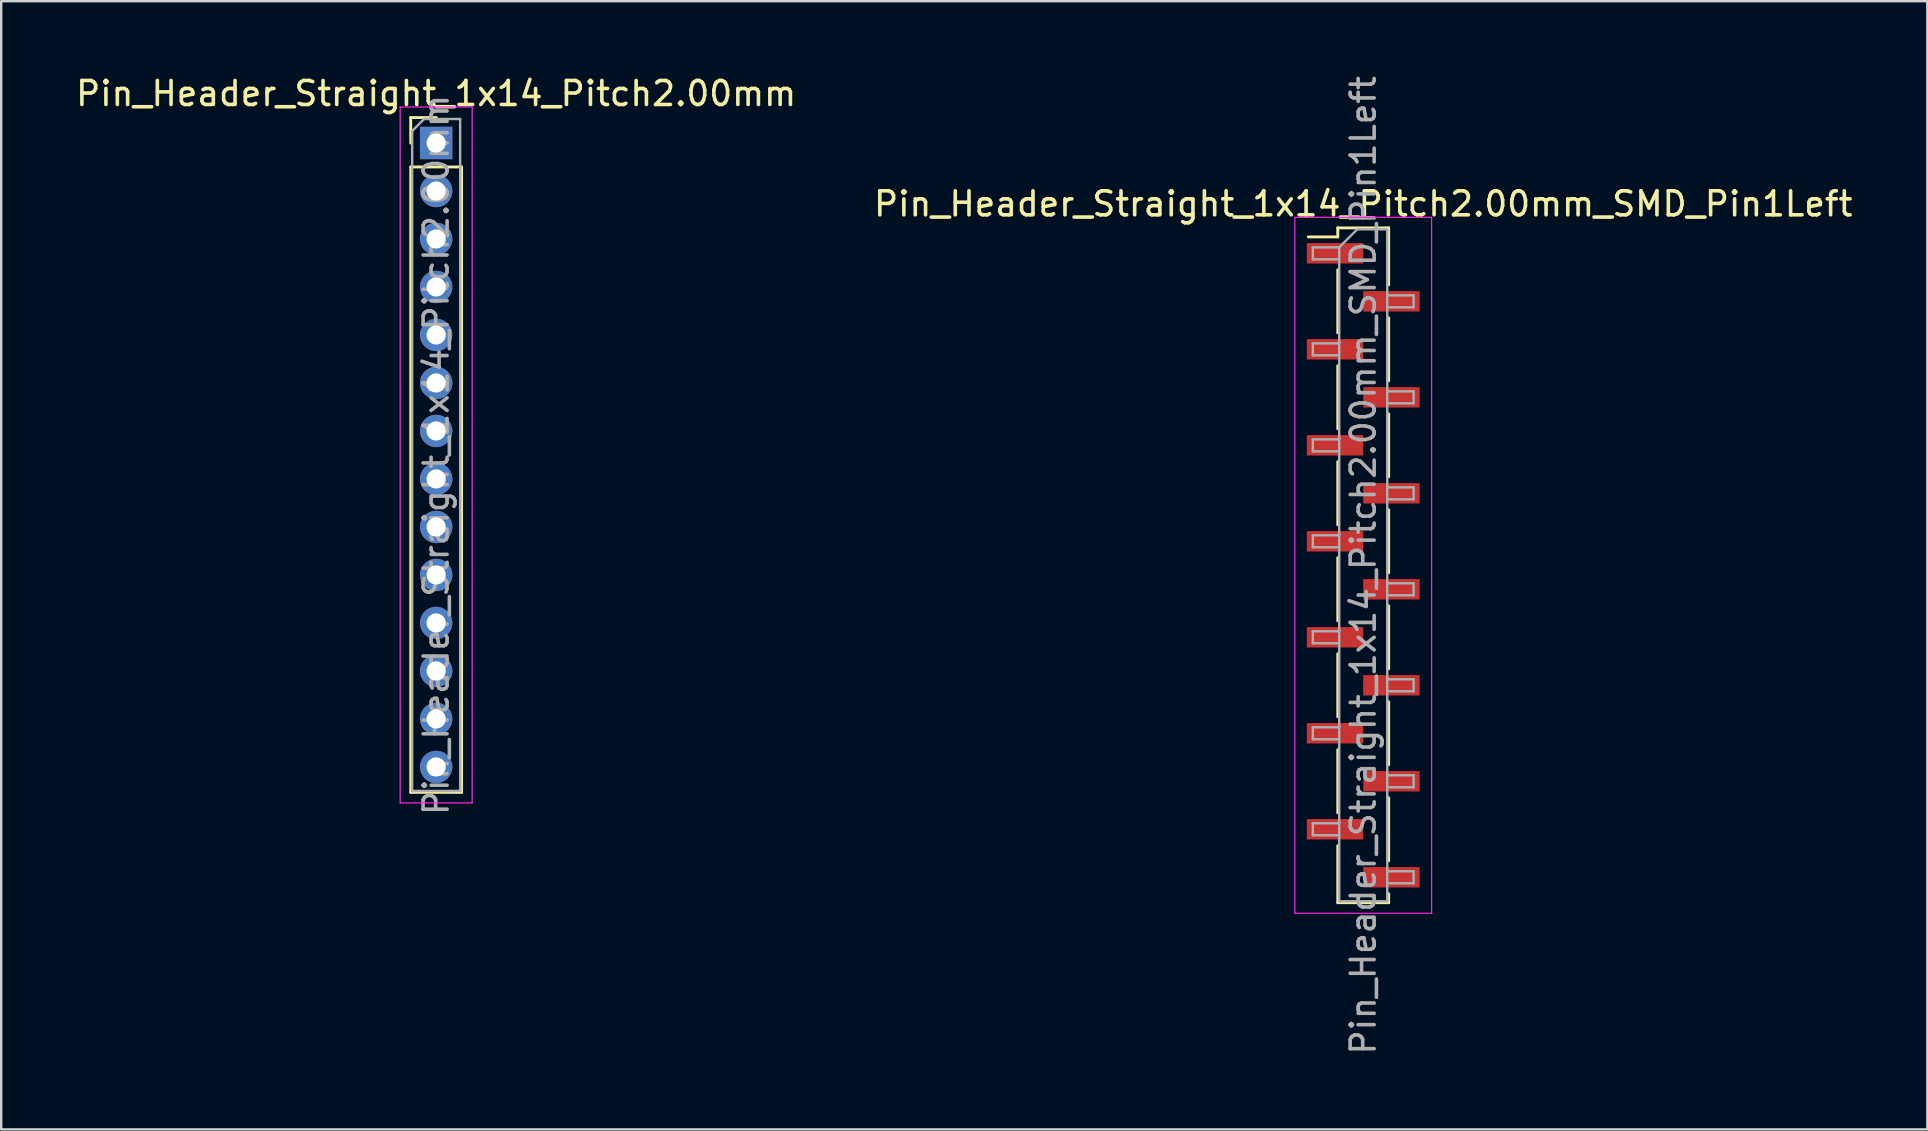
<source format=kicad_pcb>
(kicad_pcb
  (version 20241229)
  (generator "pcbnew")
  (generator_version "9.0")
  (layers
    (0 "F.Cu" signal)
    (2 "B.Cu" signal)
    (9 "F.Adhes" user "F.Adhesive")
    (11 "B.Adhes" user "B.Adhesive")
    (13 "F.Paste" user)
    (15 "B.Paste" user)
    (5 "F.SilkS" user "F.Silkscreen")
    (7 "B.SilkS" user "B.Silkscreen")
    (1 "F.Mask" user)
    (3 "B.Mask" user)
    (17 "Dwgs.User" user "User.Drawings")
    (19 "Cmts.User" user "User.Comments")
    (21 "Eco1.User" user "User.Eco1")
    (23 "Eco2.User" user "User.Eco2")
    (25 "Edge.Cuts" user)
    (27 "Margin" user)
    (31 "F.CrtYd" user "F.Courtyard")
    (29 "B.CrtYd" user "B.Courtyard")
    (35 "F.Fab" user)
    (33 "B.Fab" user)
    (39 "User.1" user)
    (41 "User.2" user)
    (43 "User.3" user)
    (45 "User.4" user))
  (footprint "Pin_Header_Straight_1x14_Pitch2.00mm_SMD_Pin1Left"
    (layer "F.Cu")
    (at 53.756 20.506)
    (property "Reference" "Pin_Header_Straight_1x14_Pitch2.00mm_SMD_Pin1Left" (at 0 -15.06 0) (layer "F.SilkS") (effects (font (size 1 1) (thickness 0.15))))
    (attr smd)
    (fp_line (start -1.06 -14.06) (end -1.06 -13.685) (stroke (width 0.12) (type solid)) (layer "F.SilkS"))
    (fp_line (start -1.06 -14.06) (end 1.06 -14.06) (stroke (width 0.12) (type solid)) (layer "F.SilkS"))
    (fp_line (start -1.06 -13.685) (end -2.29 -13.685) (stroke (width 0.12) (type solid)) (layer "F.SilkS"))
    (fp_line (start -1.06 -12.315) (end -1.06 -9.685) (stroke (width 0.12) (type solid)) (layer "F.SilkS"))
    (fp_line (start -1.06 -8.315) (end -1.06 -5.685) (stroke (width 0.12) (type solid)) (layer "F.SilkS"))
    (fp_line (start -1.06 -4.315) (end -1.06 -1.685) (stroke (width 0.12) (type solid)) (layer "F.SilkS"))
    (fp_line (start -1.06 -0.315) (end -1.06 2.315) (stroke (width 0.12) (type solid)) (layer "F.SilkS"))
    (fp_line (start -1.06 3.685) (end -1.06 6.315) (stroke (width 0.12) (type solid)) (layer "F.SilkS"))
    (fp_line (start -1.06 7.685) (end -1.06 10.315) (stroke (width 0.12) (type solid)) (layer "F.SilkS"))
    (fp_line (start -1.06 11.685) (end -1.06 14.06) (stroke (width 0.12) (type solid)) (layer "F.SilkS"))
    (fp_line (start -1.06 14.06) (end 1.06 14.06) (stroke (width 0.12) (type solid)) (layer "F.SilkS"))
    (fp_line (start 1.06 -14.06) (end 1.06 -11.685) (stroke (width 0.12) (type solid)) (layer "F.SilkS"))
    (fp_line (start 1.06 -10.315) (end 1.06 -7.685) (stroke (width 0.12) (type solid)) (layer "F.SilkS"))
    (fp_line (start 1.06 -6.315) (end 1.06 -3.685) (stroke (width 0.12) (type solid)) (layer "F.SilkS"))
    (fp_line (start 1.06 -2.315) (end 1.06 0.315) (stroke (width 0.12) (type solid)) (layer "F.SilkS"))
    (fp_line (start 1.06 1.685) (end 1.06 4.315) (stroke (width 0.12) (type solid)) (layer "F.SilkS"))
    (fp_line (start 1.06 5.685) (end 1.06 8.315) (stroke (width 0.12) (type solid)) (layer "F.SilkS"))
    (fp_line (start 1.06 9.685) (end 1.06 12.315) (stroke (width 0.12) (type solid)) (layer "F.SilkS"))
    (fp_line (start 1.06 13.685) (end 1.06 14.06) (stroke (width 0.12) (type solid)) (layer "F.SilkS"))
    (fp_line (start -2.85 -14.5) (end -2.85 14.5) (stroke (width 0.05) (type solid)) (layer "F.CrtYd"))
    (fp_line (start -2.85 14.5) (end 2.85 14.5) (stroke (width 0.05) (type solid)) (layer "F.CrtYd"))
    (fp_line (start 2.85 -14.5) (end -2.85 -14.5) (stroke (width 0.05) (type solid)) (layer "F.CrtYd"))
    (fp_line (start 2.85 14.5) (end 2.85 -14.5) (stroke (width 0.05) (type solid)) (layer "F.CrtYd"))
    (fp_line (start -2.1 -13.25) (end -2.1 -12.75) (stroke (width 0.1) (type solid)) (layer "F.Fab"))
    (fp_line (start -2.1 -12.75) (end -1 -12.75) (stroke (width 0.1) (type solid)) (layer "F.Fab"))
    (fp_line (start -2.1 -9.25) (end -2.1 -8.75) (stroke (width 0.1) (type solid)) (layer "F.Fab"))
    (fp_line (start -2.1 -8.75) (end -1 -8.75) (stroke (width 0.1) (type solid)) (layer "F.Fab"))
    (fp_line (start -2.1 -5.25) (end -2.1 -4.75) (stroke (width 0.1) (type solid)) (layer "F.Fab"))
    (fp_line (start -2.1 -4.75) (end -1 -4.75) (stroke (width 0.1) (type solid)) (layer "F.Fab"))
    (fp_line (start -2.1 -1.25) (end -2.1 -0.75) (stroke (width 0.1) (type solid)) (layer "F.Fab"))
    (fp_line (start -2.1 -0.75) (end -1 -0.75) (stroke (width 0.1) (type solid)) (layer "F.Fab"))
    (fp_line (start -2.1 2.75) (end -2.1 3.25) (stroke (width 0.1) (type solid)) (layer "F.Fab"))
    (fp_line (start -2.1 3.25) (end -1 3.25) (stroke (width 0.1) (type solid)) (layer "F.Fab"))
    (fp_line (start -2.1 6.75) (end -2.1 7.25) (stroke (width 0.1) (type solid)) (layer "F.Fab"))
    (fp_line (start -2.1 7.25) (end -1 7.25) (stroke (width 0.1) (type solid)) (layer "F.Fab"))
    (fp_line (start -2.1 10.75) (end -2.1 11.25) (stroke (width 0.1) (type solid)) (layer "F.Fab"))
    (fp_line (start -2.1 11.25) (end -1 11.25) (stroke (width 0.1) (type solid)) (layer "F.Fab"))
    (fp_line (start -1 -13.25) (end -2.1 -13.25) (stroke (width 0.1) (type solid)) (layer "F.Fab"))
    (fp_line (start -1 -13.25) (end -0.25 -14) (stroke (width 0.1) (type solid)) (layer "F.Fab"))
    (fp_line (start -1 -9.25) (end -2.1 -9.25) (stroke (width 0.1) (type solid)) (layer "F.Fab"))
    (fp_line (start -1 -5.25) (end -2.1 -5.25) (stroke (width 0.1) (type solid)) (layer "F.Fab"))
    (fp_line (start -1 -1.25) (end -2.1 -1.25) (stroke (width 0.1) (type solid)) (layer "F.Fab"))
    (fp_line (start -1 2.75) (end -2.1 2.75) (stroke (width 0.1) (type solid)) (layer "F.Fab"))
    (fp_line (start -1 6.75) (end -2.1 6.75) (stroke (width 0.1) (type solid)) (layer "F.Fab"))
    (fp_line (start -1 10.75) (end -2.1 10.75) (stroke (width 0.1) (type solid)) (layer "F.Fab"))
    (fp_line (start -1 14) (end -1 -13.25) (stroke (width 0.1) (type solid)) (layer "F.Fab"))
    (fp_line (start -0.25 -14) (end 1 -14) (stroke (width 0.1) (type solid)) (layer "F.Fab"))
    (fp_line (start 1 -14) (end 1 14) (stroke (width 0.1) (type solid)) (layer "F.Fab"))
    (fp_line (start 1 -11.25) (end 2.1 -11.25) (stroke (width 0.1) (type solid)) (layer "F.Fab"))
    (fp_line (start 1 -7.25) (end 2.1 -7.25) (stroke (width 0.1) (type solid)) (layer "F.Fab"))
    (fp_line (start 1 -3.25) (end 2.1 -3.25) (stroke (width 0.1) (type solid)) (layer "F.Fab"))
    (fp_line (start 1 0.75) (end 2.1 0.75) (stroke (width 0.1) (type solid)) (layer "F.Fab"))
    (fp_line (start 1 4.75) (end 2.1 4.75) (stroke (width 0.1) (type solid)) (layer "F.Fab"))
    (fp_line (start 1 8.75) (end 2.1 8.75) (stroke (width 0.1) (type solid)) (layer "F.Fab"))
    (fp_line (start 1 12.75) (end 2.1 12.75) (stroke (width 0.1) (type solid)) (layer "F.Fab"))
    (fp_line (start 1 14) (end -1 14) (stroke (width 0.1) (type solid)) (layer "F.Fab"))
    (fp_line (start 2.1 -11.25) (end 2.1 -10.75) (stroke (width 0.1) (type solid)) (layer "F.Fab"))
    (fp_line (start 2.1 -10.75) (end 1 -10.75) (stroke (width 0.1) (type solid)) (layer "F.Fab"))
    (fp_line (start 2.1 -7.25) (end 2.1 -6.75) (stroke (width 0.1) (type solid)) (layer "F.Fab"))
    (fp_line (start 2.1 -6.75) (end 1 -6.75) (stroke (width 0.1) (type solid)) (layer "F.Fab"))
    (fp_line (start 2.1 -3.25) (end 2.1 -2.75) (stroke (width 0.1) (type solid)) (layer "F.Fab"))
    (fp_line (start 2.1 -2.75) (end 1 -2.75) (stroke (width 0.1) (type solid)) (layer "F.Fab"))
    (fp_line (start 2.1 0.75) (end 2.1 1.25) (stroke (width 0.1) (type solid)) (layer "F.Fab"))
    (fp_line (start 2.1 1.25) (end 1 1.25) (stroke (width 0.1) (type solid)) (layer "F.Fab"))
    (fp_line (start 2.1 4.75) (end 2.1 5.25) (stroke (width 0.1) (type solid)) (layer "F.Fab"))
    (fp_line (start 2.1 5.25) (end 1 5.25) (stroke (width 0.1) (type solid)) (layer "F.Fab"))
    (fp_line (start 2.1 8.75) (end 2.1 9.25) (stroke (width 0.1) (type solid)) (layer "F.Fab"))
    (fp_line (start 2.1 9.25) (end 1 9.25) (stroke (width 0.1) (type solid)) (layer "F.Fab"))
    (fp_line (start 2.1 12.75) (end 2.1 13.25) (stroke (width 0.1) (type solid)) (layer "F.Fab"))
    (fp_line (start 2.1 13.25) (end 1 13.25) (stroke (width 0.1) (type solid)) (layer "F.Fab"))
    (fp_text user "${REFERENCE}" (at 0 0 90) (layer "F.Fab") (effects (font (size 1 1) (thickness 0.15))))
    (pad "1" smd rect (at -1.175 -13) (size 2.35 0.85) (layers "F.Cu" "F.Mask" "F.Paste"))
    (pad "2" smd rect (at 1.175 -11) (size 2.35 0.85) (layers "F.Cu" "F.Mask" "F.Paste"))
    (pad "3" smd rect (at -1.175 -9) (size 2.35 0.85) (layers "F.Cu" "F.Mask" "F.Paste"))
    (pad "4" smd rect (at 1.175 -7) (size 2.35 0.85) (layers "F.Cu" "F.Mask" "F.Paste"))
    (pad "5" smd rect (at -1.175 -5) (size 2.35 0.85) (layers "F.Cu" "F.Mask" "F.Paste"))
    (pad "6" smd rect (at 1.175 -3) (size 2.35 0.85) (layers "F.Cu" "F.Mask" "F.Paste"))
    (pad "7" smd rect (at -1.175 -1) (size 2.35 0.85) (layers "F.Cu" "F.Mask" "F.Paste"))
    (pad "8" smd rect (at 1.175 1) (size 2.35 0.85) (layers "F.Cu" "F.Mask" "F.Paste"))
    (pad "9" smd rect (at -1.175 3) (size 2.35 0.85) (layers "F.Cu" "F.Mask" "F.Paste"))
    (pad "10" smd rect (at 1.175 5) (size 2.35 0.85) (layers "F.Cu" "F.Mask" "F.Paste"))
    (pad "11" smd rect (at -1.175 7) (size 2.35 0.85) (layers "F.Cu" "F.Mask" "F.Paste"))
    (pad "12" smd rect (at 1.175 9) (size 2.35 0.85) (layers "F.Cu" "F.Mask" "F.Paste"))
    (pad "13" smd rect (at -1.175 11) (size 2.35 0.85) (layers "F.Cu" "F.Mask" "F.Paste"))
    (pad "14" smd rect (at 1.175 13) (size 2.35 0.85) (layers "F.Cu" "F.Mask" "F.Paste")))
  (footprint "Pin_Header_Straight_1x14_Pitch2.00mm"
    (layer "F.Cu")
    (at 15.125 2.908)
    (property "Reference" "Pin_Header_Straight_1x14_Pitch2.00mm" (at 0 -2.06 0) (layer "F.SilkS") (effects (font (size 1 1) (thickness 0.15))))
    (attr through_hole)
    (fp_line (start -1.06 -1.06) (end 0 -1.06) (stroke (width 0.12) (type solid)) (layer "F.SilkS"))
    (fp_line (start -1.06 0) (end -1.06 -1.06) (stroke (width 0.12) (type solid)) (layer "F.SilkS"))
    (fp_line (start -1.06 1) (end -1.06 27.06) (stroke (width 0.12) (type solid)) (layer "F.SilkS"))
    (fp_line (start -1.06 1) (end 1.06 1) (stroke (width 0.12) (type solid)) (layer "F.SilkS"))
    (fp_line (start -1.06 27.06) (end 1.06 27.06) (stroke (width 0.12) (type solid)) (layer "F.SilkS"))
    (fp_line (start 1.06 1) (end 1.06 27.06) (stroke (width 0.12) (type solid)) (layer "F.SilkS"))
    (fp_line (start -1.5 -1.5) (end -1.5 27.5) (stroke (width 0.05) (type solid)) (layer "F.CrtYd"))
    (fp_line (start -1.5 27.5) (end 1.5 27.5) (stroke (width 0.05) (type solid)) (layer "F.CrtYd"))
    (fp_line (start 1.5 -1.5) (end -1.5 -1.5) (stroke (width 0.05) (type solid)) (layer "F.CrtYd"))
    (fp_line (start 1.5 27.5) (end 1.5 -1.5) (stroke (width 0.05) (type solid)) (layer "F.CrtYd"))
    (fp_line (start -1 -0.5) (end -0.5 -1) (stroke (width 0.1) (type solid)) (layer "F.Fab"))
    (fp_line (start -1 27) (end -1 -0.5) (stroke (width 0.1) (type solid)) (layer "F.Fab"))
    (fp_line (start -0.5 -1) (end 1 -1) (stroke (width 0.1) (type solid)) (layer "F.Fab"))
    (fp_line (start 1 -1) (end 1 27) (stroke (width 0.1) (type solid)) (layer "F.Fab"))
    (fp_line (start 1 27) (end -1 27) (stroke (width 0.1) (type solid)) (layer "F.Fab"))
    (fp_text user "${REFERENCE}" (at 0 13 90) (layer "F.Fab") (effects (font (size 1 1) (thickness 0.15))))
    (pad "1" thru_hole rect (at 0 0) (size 1.35 1.35) (drill 0.8) (layers "*.Cu" "*.Mask"))
    (pad "2" thru_hole oval (at 0 2) (size 1.35 1.35) (drill 0.8) (layers "*.Cu" "*.Mask"))
    (pad "3" thru_hole oval (at 0 4) (size 1.35 1.35) (drill 0.8) (layers "*.Cu" "*.Mask"))
    (pad "4" thru_hole oval (at 0 6) (size 1.35 1.35) (drill 0.8) (layers "*.Cu" "*.Mask"))
    (pad "5" thru_hole oval (at 0 8) (size 1.35 1.35) (drill 0.8) (layers "*.Cu" "*.Mask"))
    (pad "6" thru_hole oval (at 0 10) (size 1.35 1.35) (drill 0.8) (layers "*.Cu" "*.Mask"))
    (pad "7" thru_hole oval (at 0 12) (size 1.35 1.35) (drill 0.8) (layers "*.Cu" "*.Mask"))
    (pad "8" thru_hole oval (at 0 14) (size 1.35 1.35) (drill 0.8) (layers "*.Cu" "*.Mask"))
    (pad "9" thru_hole oval (at 0 16) (size 1.35 1.35) (drill 0.8) (layers "*.Cu" "*.Mask"))
    (pad "10" thru_hole oval (at 0 18) (size 1.35 1.35) (drill 0.8) (layers "*.Cu" "*.Mask"))
    (pad "11" thru_hole oval (at 0 20) (size 1.35 1.35) (drill 0.8) (layers "*.Cu" "*.Mask"))
    (pad "12" thru_hole oval (at 0 22) (size 1.35 1.35) (drill 0.8) (layers "*.Cu" "*.Mask"))
    (pad "13" thru_hole oval (at 0 24) (size 1.35 1.35) (drill 0.8) (layers "*.Cu" "*.Mask"))
    (pad "14" thru_hole oval (at 0 26) (size 1.35 1.35) (drill 0.8) (layers "*.Cu" "*.Mask")))
  (gr_rect
    (start -3 -3)
    (end 77.262 44.012)
    (stroke (width 0.1) (type default))
    (fill no)
    (layer "Edge.Cuts")))
</source>
